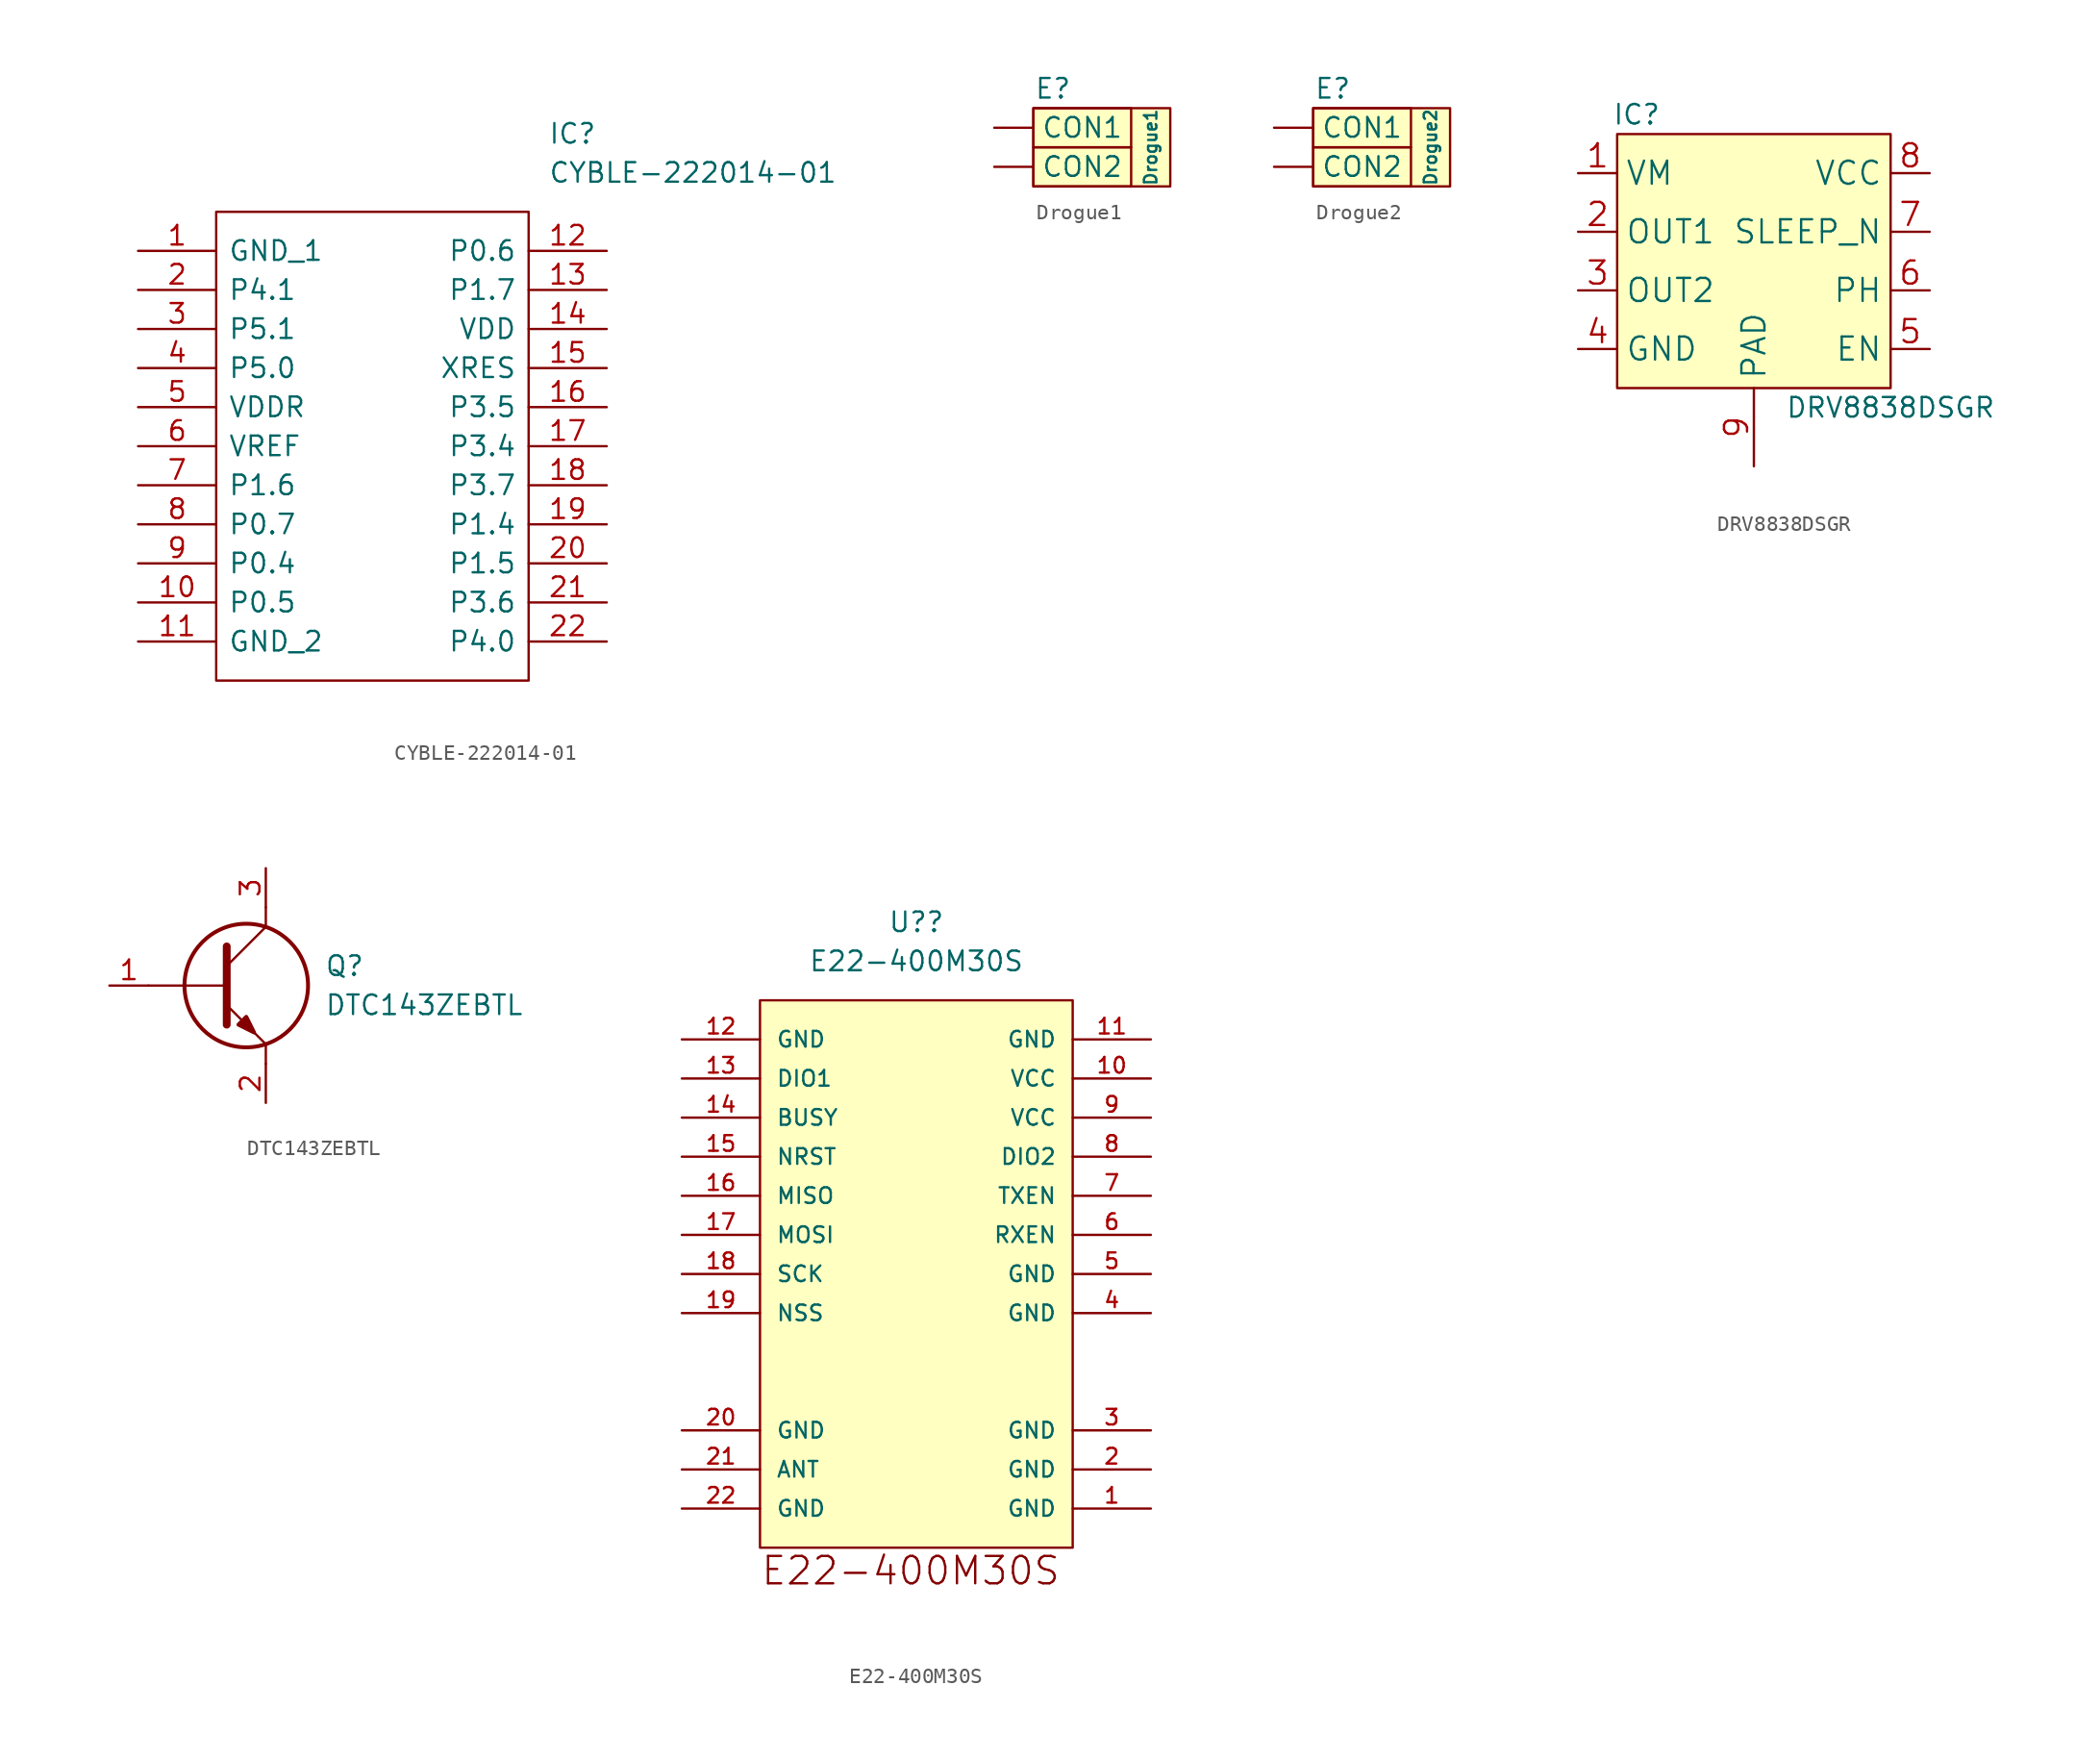
<source format=kicad_sym>
(kicad_symbol_lib
  (version 20220914)
  (generator kicad_symbol_editor)
  (symbol "CYBLE-222014-01"
    (pin_names
      (offset 0.762))
    (property "Reference" "IC"
      (at 26.67 7.62 0)
      (effects (font (size 1.27 1.27)) (justify left)))
    (property "Value" "CYBLE-222014-01"
      (at 26.67 5.08 0)
      (effects (font (size 1.27 1.27)) (justify left)))
    (symbol "CYBLE-222014-01_0_0"
      (pin passive line (at 0 0 0) (length 5.08) (name "GND_1" (effects (font (size 1.27 1.27)))) (number "1" (effects (font (size 1.27 1.27)))))
      (pin passive line (at 0 -22.86 0) (length 5.08) (name "P0.5" (effects (font (size 1.27 1.27)))) (number "10" (effects (font (size 1.27 1.27)))))
      (pin passive line (at 0 -25.4 0) (length 5.08) (name "GND_2" (effects (font (size 1.27 1.27)))) (number "11" (effects (font (size 1.27 1.27)))))
      (pin passive line (at 30.48 0 180) (length 5.08) (name "P0.6" (effects (font (size 1.27 1.27)))) (number "12" (effects (font (size 1.27 1.27)))))
      (pin passive line (at 30.48 -2.54 180) (length 5.08) (name "P1.7" (effects (font (size 1.27 1.27)))) (number "13" (effects (font (size 1.27 1.27)))))
      (pin passive line (at 30.48 -5.08 180) (length 5.08) (name "VDD" (effects (font (size 1.27 1.27)))) (number "14" (effects (font (size 1.27 1.27)))))
      (pin passive line (at 30.48 -7.62 180) (length 5.08) (name "XRES" (effects (font (size 1.27 1.27)))) (number "15" (effects (font (size 1.27 1.27)))))
      (pin passive line (at 30.48 -10.16 180) (length 5.08) (name "P3.5" (effects (font (size 1.27 1.27)))) (number "16" (effects (font (size 1.27 1.27)))))
      (pin passive line (at 30.48 -12.7 180) (length 5.08) (name "P3.4" (effects (font (size 1.27 1.27)))) (number "17" (effects (font (size 1.27 1.27)))))
      (pin passive line (at 30.48 -15.24 180) (length 5.08) (name "P3.7" (effects (font (size 1.27 1.27)))) (number "18" (effects (font (size 1.27 1.27)))))
      (pin passive line (at 30.48 -17.78 180) (length 5.08) (name "P1.4" (effects (font (size 1.27 1.27)))) (number "19" (effects (font (size 1.27 1.27)))))
      (pin passive line (at 0 -2.54 0) (length 5.08) (name "P4.1" (effects (font (size 1.27 1.27)))) (number "2" (effects (font (size 1.27 1.27)))))
      (pin passive line (at 30.48 -20.32 180) (length 5.08) (name "P1.5" (effects (font (size 1.27 1.27)))) (number "20" (effects (font (size 1.27 1.27)))))
      (pin passive line (at 30.48 -22.86 180) (length 5.08) (name "P3.6" (effects (font (size 1.27 1.27)))) (number "21" (effects (font (size 1.27 1.27)))))
      (pin passive line (at 30.48 -25.4 180) (length 5.08) (name "P4.0" (effects (font (size 1.27 1.27)))) (number "22" (effects (font (size 1.27 1.27)))))
      (pin passive line (at 0 -5.08 0) (length 5.08) (name "P5.1" (effects (font (size 1.27 1.27)))) (number "3" (effects (font (size 1.27 1.27)))))
      (pin passive line (at 0 -7.62 0) (length 5.08) (name "P5.0" (effects (font (size 1.27 1.27)))) (number "4" (effects (font (size 1.27 1.27)))))
      (pin passive line (at 0 -10.16 0) (length 5.08) (name "VDDR" (effects (font (size 1.27 1.27)))) (number "5" (effects (font (size 1.27 1.27)))))
      (pin passive line (at 0 -12.7 0) (length 5.08) (name "VREF" (effects (font (size 1.27 1.27)))) (number "6" (effects (font (size 1.27 1.27)))))
      (pin passive line (at 0 -15.24 0) (length 5.08) (name "P1.6" (effects (font (size 1.27 1.27)))) (number "7" (effects (font (size 1.27 1.27)))))
      (pin passive line (at 0 -17.78 0) (length 5.08) (name "P0.7" (effects (font (size 1.27 1.27)))) (number "8" (effects (font (size 1.27 1.27)))))
      (pin passive line (at 0 -20.32 0) (length 5.08) (name "P0.4" (effects (font (size 1.27 1.27)))) (number "9" (effects (font (size 1.27 1.27))))))
    (symbol "CYBLE-222014-01_0_1"
      (polyline (pts (xy 5.08 2.54) (xy 25.4 2.54) (xy 25.4 -27.94) (xy 5.08 -27.94) (xy 5.08 2.54)) (stroke (width 0.152) (type default)) (fill (type none)))))
  (symbol "Drogue1"
    (property "Reference" "E"
      (at -5.08 3.81 0)
      (effects (font (size 1.27 1.27))))
    (property "Value" "Drogue1"
      (at 1.27 0 90)
      (effects (font (size 0.8 0.8))))
    (symbol "Drogue1_0_1"
      (rectangle (start -6.35 0) (end 0 -2.54) (stroke (width 0) (type default)) (fill (type none)))
      (rectangle (start -6.35 2.54) (end 0 0) (stroke (width 0) (type default)) (fill (type none)))
      (rectangle (start -6.35 2.54) (end 2.54 -2.54) (stroke (width 0) (type default)) (fill (type background))))
    (symbol "Drogue1_1_1"
      (pin power_in line (at -8.89 1.27 0) (length 2.54) (name "CON1" (effects (font (size 1.27 1.27)))) (number "" (effects (font (size 1.27 1.27)))))
      (pin power_in line (at -8.89 -1.27 0) (length 2.54) (name "CON2" (effects (font (size 1.27 1.27)))) (number "" (effects (font (size 1.27 1.27)))))))
  (symbol "Drogue2"
    (property "Reference" "E"
      (at -5.08 3.81 0)
      (effects (font (size 1.27 1.27))))
    (property "Value" "Drogue2"
      (at 1.27 0 90)
      (effects (font (size 0.8 0.8))))
    (symbol "Drogue2_0_1"
      (rectangle (start -6.35 0) (end 0 -2.54) (stroke (width 0) (type default)) (fill (type none)))
      (rectangle (start -6.35 2.54) (end 0 0) (stroke (width 0) (type default)) (fill (type none)))
      (rectangle (start -6.35 2.54) (end 2.54 -2.54) (stroke (width 0) (type default)) (fill (type background))))
    (symbol "Drogue2_1_1"
      (pin power_in line (at -8.89 1.27 0) (length 2.54) (name "CON1" (effects (font (size 1.27 1.27)))) (number "" (effects (font (size 1.27 1.27)))))
      (pin power_in line (at -8.89 -1.27 0) (length 2.54) (name "CON2" (effects (font (size 1.27 1.27)))) (number "" (effects (font (size 1.27 1.27)))))))
  (symbol "DRV8838DSGR"
    (property "Reference" "IC"
      (at -7.62 10.16 0)
      (effects (font (size 1.27 1.27))))
    (property "Value" "DRV8838DSGR"
      (at 8.89 -8.89 0)
      (effects (font (size 1.27 1.27))))
    (symbol "DRV8838DSGR_0_1"
      (rectangle (start -8.89 8.89) (end 8.89 -7.62) (stroke (width 0) (type default)) (fill (type background))))
    (symbol "DRV8838DSGR_1_1"
      (pin power_in line (at -11.43 6.35 0) (length 2.54) (name "VM" (effects (font (size 1.499 1.499)))) (number "1" (effects (font (size 1.499 1.499)))))
      (pin power_in line (at -11.43 2.54 0) (length 2.54) (name "OUT1" (effects (font (size 1.499 1.499)))) (number "2" (effects (font (size 1.499 1.499)))))
      (pin power_in line (at -11.43 -1.27 0) (length 2.54) (name "OUT2" (effects (font (size 1.499 1.499)))) (number "3" (effects (font (size 1.499 1.499)))))
      (pin power_in line (at -11.43 -5.08 0) (length 2.54) (name "GND" (effects (font (size 1.499 1.499)))) (number "4" (effects (font (size 1.499 1.499)))))
      (pin input line (at 11.43 -5.08 180) (length 2.54) (name "EN" (effects (font (size 1.499 1.499)))) (number "5" (effects (font (size 1.499 1.499)))))
      (pin input line (at 11.43 -1.27 180) (length 2.54) (name "PH" (effects (font (size 1.499 1.499)))) (number "6" (effects (font (size 1.499 1.499)))))
      (pin input line (at 11.43 2.54 180) (length 2.54) (name "SLEEP_N" (effects (font (size 1.499 1.499)))) (number "7" (effects (font (size 1.499 1.499)))))
      (pin power_in line (at 11.43 6.35 180) (length 2.54) (name "VCC" (effects (font (size 1.499 1.499)))) (number "8" (effects (font (size 1.499 1.499)))))
      (pin power_in line (at 0 -12.7 90) (length 5.08) (name "PAD" (effects (font (size 1.499 1.499)))) (number "9" (effects (font (size 1.499 1.499)))))))
  (symbol "DTC143ZEBTL"
    (pin_names
      (offset 0.762))
    (property "Reference" "Q"
      (at 13.97 1.27 0)
      (effects (font (size 1.27 1.27)) (justify left)))
    (property "Value" "DTC143ZEBTL"
      (at 13.97 -1.27 0)
      (effects (font (size 1.27 1.27)) (justify left)))
    (symbol "DTC143ZEBTL_0_0"
      (pin passive line (at 0 0 0) (length 2.54) (name "~" (effects (font (size 1.27 1.27)))) (number "1" (effects (font (size 1.27 1.27)))))
      (pin passive line (at 10.16 -7.62 90) (length 2.54) (name "~" (effects (font (size 1.27 1.27)))) (number "2" (effects (font (size 1.27 1.27)))))
      (pin passive line (at 10.16 7.62 270) (length 2.54) (name "~" (effects (font (size 1.27 1.27)))) (number "3" (effects (font (size 1.27 1.27))))))
    (symbol "DTC143ZEBTL_0_1"
      (polyline (pts (xy 2.54 0) (xy 7.62 0)) (stroke (width 0.152) (type default)) (fill (type none)))
      (polyline (pts (xy 7.62 -1.27) (xy 10.16 -3.81)) (stroke (width 0.152) (type default)) (fill (type none)))
      (polyline (pts (xy 7.62 1.27) (xy 10.16 3.81)) (stroke (width 0.152) (type default)) (fill (type none)))
      (polyline (pts (xy 7.62 2.54) (xy 7.62 -2.54)) (stroke (width 0.508) (type default)) (fill (type none)))
      (polyline (pts (xy 10.16 -3.81) (xy 10.16 -5.08)) (stroke (width 0.152) (type default)) (fill (type none)))
      (polyline (pts (xy 10.16 3.81) (xy 10.16 5.08)) (stroke (width 0.152) (type default)) (fill (type none)))
      (polyline (pts (xy 8.382 -2.54) (xy 8.89 -2.032) (xy 9.398 -3.048) (xy 8.382 -2.54)) (stroke (width 0.254) (type default)) (fill (type outline)))
      (circle (center 8.89 0) (radius 4.013) (stroke (width 0.254) (type default)) (fill (type none)))))
  (symbol "E22-400M30S"
    (pin_names
      (offset 1.016))
    (property "Reference" "U?"
      (at 17.78 40.64 0)
      (effects (font (size 1.27 1.27))))
    (property "Value" "E22-400M30S"
      (at 17.78 38.1 0)
      (effects (font (size 1.27 1.27))))
    (symbol "E22-400M30S_0_0"
      (rectangle (start 7.62 0) (end 27.94 35.56) (stroke (width 0.152) (type default)) (fill (type background)))
      (text "E22-400M30S" (at 7.62 -2.54 0) (effects (font (size 1.778 1.778)) (justify left bottom)))
      (pin bidirectional line (at 33.02 2.54 180) (length 5.08) (name "GND" (effects (font (size 1.016 1.016)))) (number "1" (effects (font (size 1.016 1.016)))))
      (pin bidirectional line (at 33.02 30.48 180) (length 5.08) (name "VCC" (effects (font (size 1.016 1.016)))) (number "10" (effects (font (size 1.016 1.016)))))
      (pin bidirectional line (at 33.02 33.02 180) (length 5.08) (name "GND" (effects (font (size 1.016 1.016)))) (number "11" (effects (font (size 1.016 1.016)))))
      (pin bidirectional line (at 2.54 33.02 0) (length 5.08) (name "GND" (effects (font (size 1.016 1.016)))) (number "12" (effects (font (size 1.016 1.016)))))
      (pin bidirectional line (at 2.54 30.48 0) (length 5.08) (name "DIO1" (effects (font (size 1.016 1.016)))) (number "13" (effects (font (size 1.016 1.016)))))
      (pin bidirectional line (at 2.54 27.94 0) (length 5.08) (name "BUSY" (effects (font (size 1.016 1.016)))) (number "14" (effects (font (size 1.016 1.016)))))
      (pin bidirectional line (at 2.54 25.4 0) (length 5.08) (name "NRST" (effects (font (size 1.016 1.016)))) (number "15" (effects (font (size 1.016 1.016)))))
      (pin bidirectional line (at 2.54 22.86 0) (length 5.08) (name "MISO" (effects (font (size 1.016 1.016)))) (number "16" (effects (font (size 1.016 1.016)))))
      (pin bidirectional line (at 2.54 20.32 0) (length 5.08) (name "MOSI" (effects (font (size 1.016 1.016)))) (number "17" (effects (font (size 1.016 1.016)))))
      (pin bidirectional line (at 2.54 17.78 0) (length 5.08) (name "SCK" (effects (font (size 1.016 1.016)))) (number "18" (effects (font (size 1.016 1.016)))))
      (pin bidirectional line (at 2.54 15.24 0) (length 5.08) (name "NSS" (effects (font (size 1.016 1.016)))) (number "19" (effects (font (size 1.016 1.016)))))
      (pin bidirectional line (at 33.02 5.08 180) (length 5.08) (name "GND" (effects (font (size 1.016 1.016)))) (number "2" (effects (font (size 1.016 1.016)))))
      (pin bidirectional line (at 2.54 7.62 0) (length 5.08) (name "GND" (effects (font (size 1.016 1.016)))) (number "20" (effects (font (size 1.016 1.016)))))
      (pin bidirectional line (at 2.54 5.08 0) (length 5.08) (name "ANT" (effects (font (size 1.016 1.016)))) (number "21" (effects (font (size 1.016 1.016)))))
      (pin bidirectional line (at 2.54 2.54 0) (length 5.08) (name "GND" (effects (font (size 1.016 1.016)))) (number "22" (effects (font (size 1.016 1.016)))))
      (pin bidirectional line (at 33.02 7.62 180) (length 5.08) (name "GND" (effects (font (size 1.016 1.016)))) (number "3" (effects (font (size 1.016 1.016)))))
      (pin bidirectional line (at 33.02 15.24 180) (length 5.08) (name "GND" (effects (font (size 1.016 1.016)))) (number "4" (effects (font (size 1.016 1.016)))))
      (pin bidirectional line (at 33.02 17.78 180) (length 5.08) (name "GND" (effects (font (size 1.016 1.016)))) (number "5" (effects (font (size 1.016 1.016)))))
      (pin bidirectional line (at 33.02 20.32 180) (length 5.08) (name "RXEN" (effects (font (size 1.016 1.016)))) (number "6" (effects (font (size 1.016 1.016)))))
      (pin bidirectional line (at 33.02 22.86 180) (length 5.08) (name "TXEN" (effects (font (size 1.016 1.016)))) (number "7" (effects (font (size 1.016 1.016)))))
      (pin bidirectional line (at 33.02 25.4 180) (length 5.08) (name "DIO2" (effects (font (size 1.016 1.016)))) (number "8" (effects (font (size 1.016 1.016)))))
      (pin bidirectional line (at 33.02 27.94 180) (length 5.08) (name "VCC" (effects (font (size 1.016 1.016)))) (number "9" (effects (font (size 1.016 1.016))))))))
</source>
